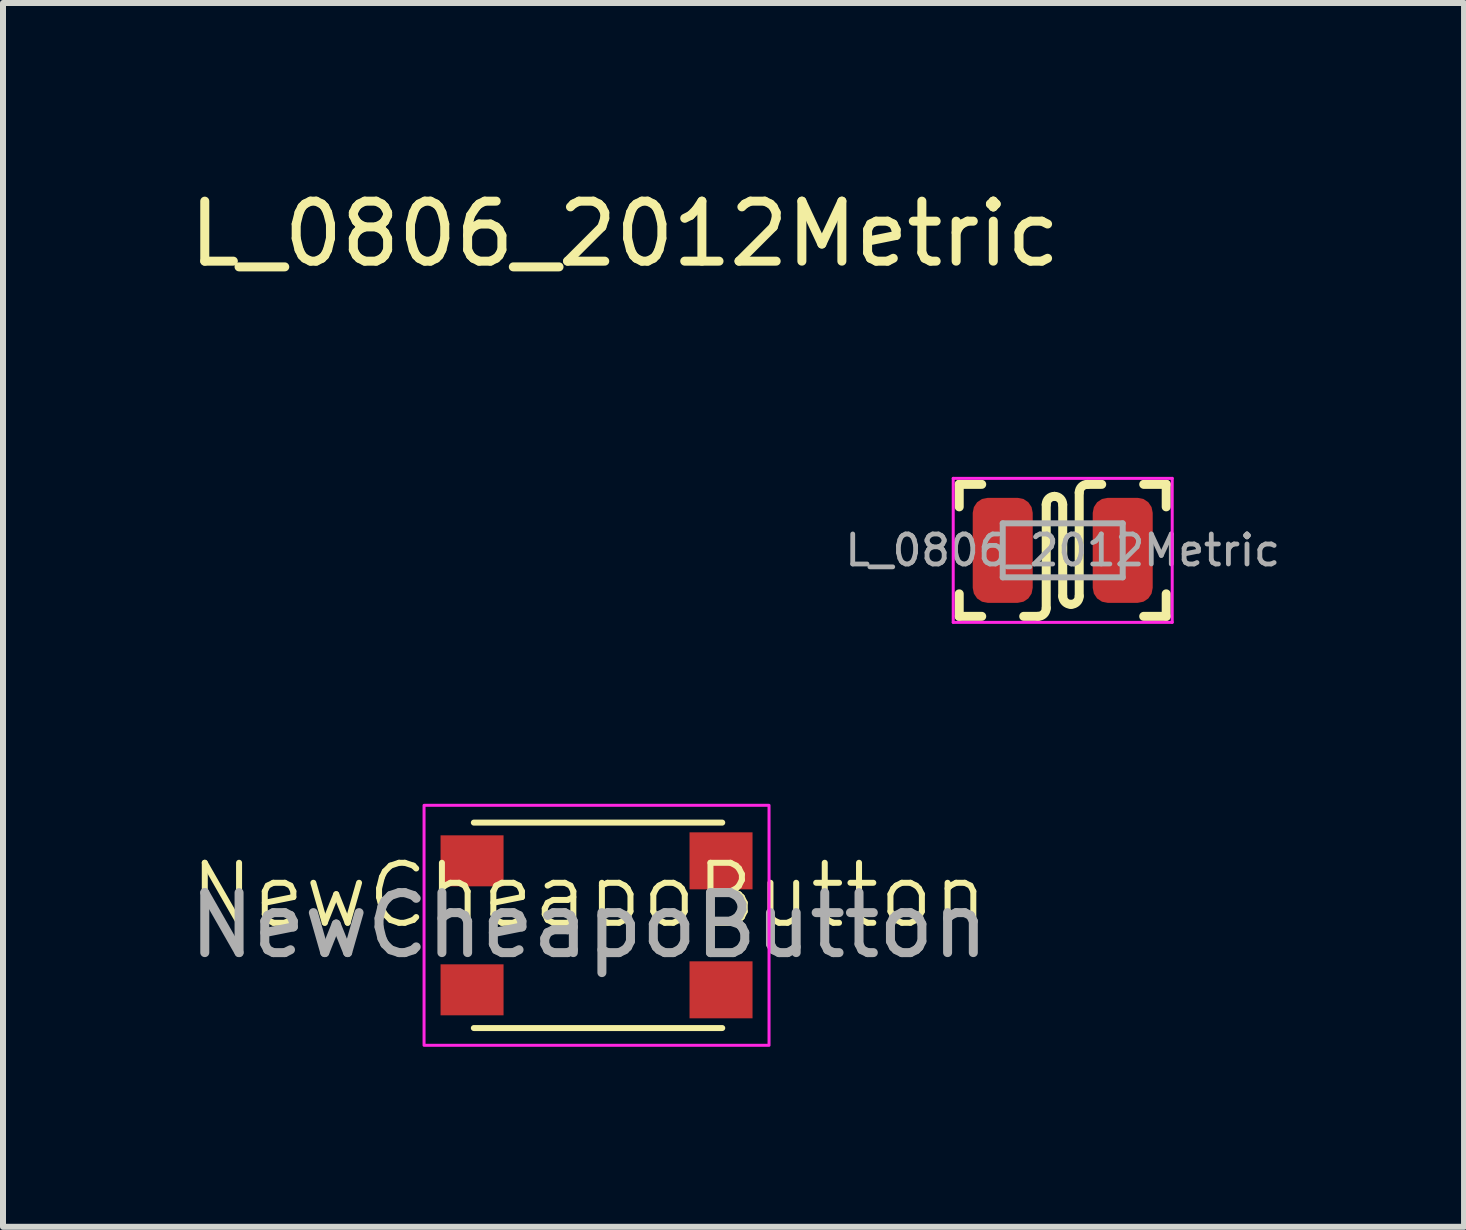
<source format=kicad_pcb>
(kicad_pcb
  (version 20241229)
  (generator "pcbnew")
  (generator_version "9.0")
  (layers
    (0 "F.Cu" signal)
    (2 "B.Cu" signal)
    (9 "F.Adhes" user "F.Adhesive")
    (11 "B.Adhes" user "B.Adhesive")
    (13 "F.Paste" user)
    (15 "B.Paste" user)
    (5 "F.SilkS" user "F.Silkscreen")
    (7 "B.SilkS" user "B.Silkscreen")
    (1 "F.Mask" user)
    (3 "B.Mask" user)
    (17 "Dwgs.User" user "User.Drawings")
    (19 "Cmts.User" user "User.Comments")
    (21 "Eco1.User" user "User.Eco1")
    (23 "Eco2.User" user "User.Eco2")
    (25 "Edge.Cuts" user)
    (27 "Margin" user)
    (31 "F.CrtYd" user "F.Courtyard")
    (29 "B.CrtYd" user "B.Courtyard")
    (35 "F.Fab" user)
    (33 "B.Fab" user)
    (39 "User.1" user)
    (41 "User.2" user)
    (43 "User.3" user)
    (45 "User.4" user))
  (footprint "NewCheapoButton"
    (layer "F.Cu")
    (at 6.768 12.373)
    (property "Reference" "NewCheapoButton" (at 0 -0.5 0) (unlocked yes) (layer "F.SilkS") (effects (font (size 1 1) (thickness 0.1))))
    (attr smd)
    (fp_line (start -1.92 -1.712) (end 2.22 -1.712) (stroke (width 0.1) (type default)) (layer "F.SilkS"))
    (fp_line (start -1.92 1.712) (end 2.22 1.712) (stroke (width 0.1) (type default)) (layer "F.SilkS"))
    (fp_rect (start -2.75 -2) (end 3 2) (stroke (width 0.05) (type default)) (fill no) (layer "F.CrtYd"))
    (fp_text user "${REFERENCE}" (at 0 0 0) (unlocked yes) (layer "F.Fab") (effects (font (size 1 1) (thickness 0.15))))
    (pad "1" smd rect (at -1.95 -1.075) (size 1.05 0.85) (layers "F.Cu" "F.Mask" "F.Paste"))
    (pad "1" smd rect (at 2.2 -1.075) (size 1.05 0.95) (layers "F.Cu" "F.Mask" "F.Paste"))
    (pad "2" smd rect (at -1.95 1.075) (size 1.05 0.85) (layers "F.Cu" "F.Mask" "F.Paste"))
    (pad "2" smd rect (at 2.2 1.075) (size 1.05 0.95) (layers "F.Cu" "F.Mask" "F.Paste")))
  (footprint "L_0806_2012Metric"
    (layer "F.Cu")
    (at 14.663 6.123)
    (property "Reference" "L_0806_2012Metric" (at -7.3 -5.275 0) (layer "F.SilkS") (effects (font (size 1 1) (thickness 0.15))))
    (attr smd)
    (fp_line (start -1.725 -1.1) (end -1.35 -1.1) (stroke (width 0.15) (type default)) (layer "F.SilkS"))
    (fp_line (start -1.725 -0.725) (end -1.725 -1.1) (stroke (width 0.15) (type default)) (layer "F.SilkS"))
    (fp_line (start -1.725 1.1) (end -1.725 0.725) (stroke (width 0.15) (type default)) (layer "F.SilkS"))
    (fp_line (start -1.35 1.1) (end -1.725 1.1) (stroke (width 0.15) (type default)) (layer "F.SilkS"))
    (fp_line (start -0.65 1.1) (end -0.412 1.1) (stroke (width 0.15) (type default)) (layer "F.SilkS"))
    (fp_line (start -0.275 0.963) (end -0.275 -0.763) (stroke (width 0.15) (type default)) (layer "F.SilkS"))
    (fp_line (start 0 -0.763) (end 0 0.763) (stroke (width 0.15) (type default)) (layer "F.SilkS"))
    (fp_line (start 0.275 -0.963) (end 0.275 0.763) (stroke (width 0.15) (type default)) (layer "F.SilkS"))
    (fp_line (start 0.65 -1.1) (end 0.412 -1.1) (stroke (width 0.15) (type default)) (layer "F.SilkS"))
    (fp_line (start 1.35 -1.1) (end 1.725 -1.1) (stroke (width 0.15) (type default)) (layer "F.SilkS"))
    (fp_line (start 1.725 -1.1) (end 1.725 -0.725) (stroke (width 0.15) (type default)) (layer "F.SilkS"))
    (fp_line (start 1.725 0.725) (end 1.725 1.1) (stroke (width 0.15) (type default)) (layer "F.SilkS"))
    (fp_line (start 1.725 1.1) (end 1.35 1.1) (stroke (width 0.15) (type default)) (layer "F.SilkS"))
    (fp_arc (start -0.275 -0.763) (mid -0.234874 -0.859874) (end -0.138 -0.9) (stroke (width 0.15) (type default)) (layer "F.SilkS"))
    (fp_arc (start -0.275 0.963) (mid -0.315126 1.059874) (end -0.412 1.1) (stroke (width 0.15) (type default)) (layer "F.SilkS"))
    (fp_arc (start -0.137 -0.9) (mid -0.040126 -0.859874) (end 0 -0.763) (stroke (width 0.15) (type default)) (layer "F.SilkS"))
    (fp_arc (start 0.137 0.9) (mid 0.040126 0.859874) (end 0 0.763) (stroke (width 0.15) (type default)) (layer "F.SilkS"))
    (fp_arc (start 0.275 -0.963) (mid 0.315126 -1.059874) (end 0.412 -1.1) (stroke (width 0.15) (type default)) (layer "F.SilkS"))
    (fp_arc (start 0.275 0.763) (mid 0.234874 0.859874) (end 0.138 0.9) (stroke (width 0.15) (type default)) (layer "F.SilkS"))
    (fp_line (start -1.825 -1.2) (end 1.825 -1.2) (stroke (width 0.05) (type solid)) (layer "F.CrtYd"))
    (fp_line (start -1.825 1.2) (end -1.825 -1.2) (stroke (width 0.05) (type solid)) (layer "F.CrtYd"))
    (fp_line (start 1.825 -1.2) (end 1.825 1.2) (stroke (width 0.05) (type solid)) (layer "F.CrtYd"))
    (fp_line (start 1.825 1.2) (end -1.825 1.2) (stroke (width 0.05) (type solid)) (layer "F.CrtYd"))
    (fp_line (start -1 -0.45) (end 1 -0.45) (stroke (width 0.1) (type solid)) (layer "F.Fab"))
    (fp_line (start -1 0.45) (end -1 -0.45) (stroke (width 0.1) (type solid)) (layer "F.Fab"))
    (fp_line (start 1 -0.45) (end 1 0.45) (stroke (width 0.1) (type solid)) (layer "F.Fab"))
    (fp_line (start 1 0.45) (end -1 0.45) (stroke (width 0.1) (type solid)) (layer "F.Fab"))
    (fp_text user "${REFERENCE}" (at 0 0 0) (layer "F.Fab") (effects (font (size 0.5 0.5) (thickness 0.08))))
    (pad "1" smd roundrect (at -1 0) (size 1 1.75) (layers "F.Cu" "F.Mask" "F.Paste") (roundrect_rratio 0.25))
    (pad "2" smd roundrect (at 1 0) (size 1 1.75) (layers "F.Cu" "F.Mask" "F.Paste") (roundrect_rratio 0.25)))
  (gr_rect
    (start -3 -3)
    (end 21.352 17.398)
    (stroke (width 0.1) (type default))
    (fill no)
    (layer "Edge.Cuts")))
</source>
